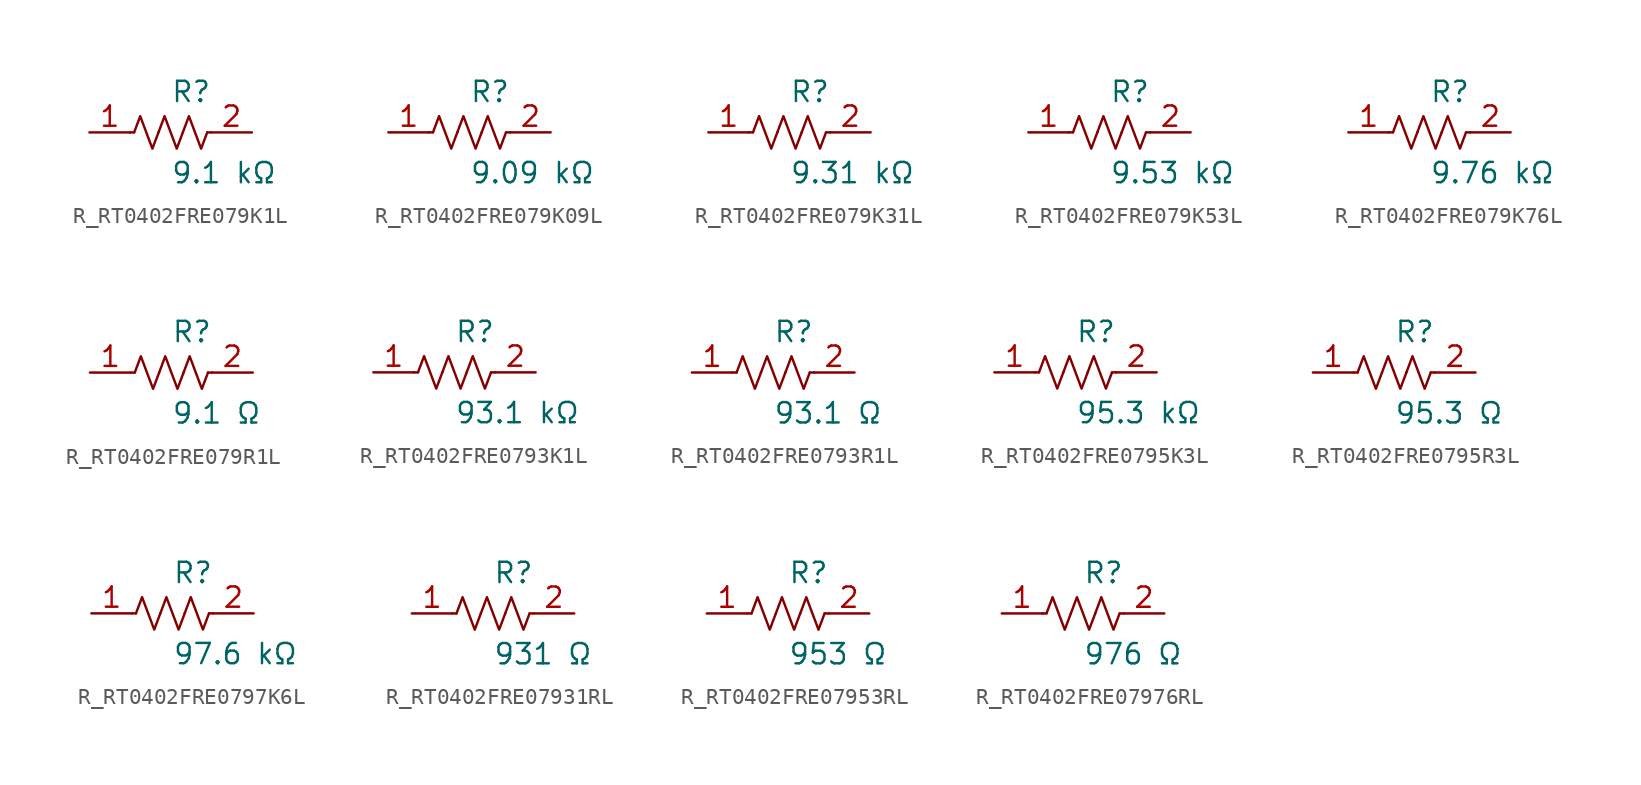
<source format=kicad_sym>
(kicad_symbol_lib
  (version 20231120)
  (generator kicad_symbol_editor)
  (generator_version 8.0)
  (symbol "R_RT0402FRE079K1L"
    (pin_names
      (offset 0.254))
    (property "Reference" "R"
      (at 0.0 2.54 0)
      (effects (font (size 1.27 1.27)) (justify left)))
    (property "Value" "9.1 kΩ"
      (at 0.0 -2.54 0)
      (effects (font (size 1.27 1.27)) (justify left)))
    (symbol "R_RT0402FRE079K1L_0_1"
      (polyline (pts (xy 2.286 0) (xy 2.54 0)) (stroke (width 0) (type default)) (fill (type none)))
      (polyline (pts (xy -2.286 0) (xy -2.54 0)) (stroke (width 0) (type default)) (fill (type none)))
      (polyline (pts (xy 0.762 0) (xy 1.143 1.016) (xy 1.524 0) (xy 1.905 -1.016) (xy 2.286 0)) (stroke (width 0) (type default)) (fill (type none)))
      (polyline (pts (xy -0.762 0) (xy -0.381 1.016) (xy 0 0) (xy 0.381 -1.016) (xy 0.762 0)) (stroke (width 0) (type default)) (fill (type none)))
      (polyline (pts (xy -2.286 0) (xy -1.905 1.016) (xy -1.524 0) (xy -1.143 -1.016) (xy -0.762 0)) (stroke (width 0) (type default)) (fill (type none))))
    (pin unspecified line
      (at -5.08 0 0)
      (length 2.54)
      (name "" (effects (font (size 1.27 1.27))))
      (number "1" (effects (font (size 1.27 1.27)))))
    (pin unspecified line
      (at 5.08 0 180)
      (length 2.54)
      (name "" (effects (font (size 1.27 1.27))))
      (number "2" (effects (font (size 1.27 1.27))))))
  (symbol "R_RT0402FRE079K09L"
    (pin_names
      (offset 0.254))
    (property "Reference" "R"
      (at 0.0 2.54 0)
      (effects (font (size 1.27 1.27)) (justify left)))
    (property "Value" "9.09 kΩ"
      (at 0.0 -2.54 0)
      (effects (font (size 1.27 1.27)) (justify left)))
    (symbol "R_RT0402FRE079K09L_0_1"
      (polyline (pts (xy 2.286 0) (xy 2.54 0)) (stroke (width 0) (type default)) (fill (type none)))
      (polyline (pts (xy -2.286 0) (xy -2.54 0)) (stroke (width 0) (type default)) (fill (type none)))
      (polyline (pts (xy 0.762 0) (xy 1.143 1.016) (xy 1.524 0) (xy 1.905 -1.016) (xy 2.286 0)) (stroke (width 0) (type default)) (fill (type none)))
      (polyline (pts (xy -0.762 0) (xy -0.381 1.016) (xy 0 0) (xy 0.381 -1.016) (xy 0.762 0)) (stroke (width 0) (type default)) (fill (type none)))
      (polyline (pts (xy -2.286 0) (xy -1.905 1.016) (xy -1.524 0) (xy -1.143 -1.016) (xy -0.762 0)) (stroke (width 0) (type default)) (fill (type none))))
    (pin unspecified line
      (at -5.08 0 0)
      (length 2.54)
      (name "" (effects (font (size 1.27 1.27))))
      (number "1" (effects (font (size 1.27 1.27)))))
    (pin unspecified line
      (at 5.08 0 180)
      (length 2.54)
      (name "" (effects (font (size 1.27 1.27))))
      (number "2" (effects (font (size 1.27 1.27))))))
  (symbol "R_RT0402FRE079K31L"
    (pin_names
      (offset 0.254))
    (property "Reference" "R"
      (at 0.0 2.54 0)
      (effects (font (size 1.27 1.27)) (justify left)))
    (property "Value" "9.31 kΩ"
      (at 0.0 -2.54 0)
      (effects (font (size 1.27 1.27)) (justify left)))
    (symbol "R_RT0402FRE079K31L_0_1"
      (polyline (pts (xy 2.286 0) (xy 2.54 0)) (stroke (width 0) (type default)) (fill (type none)))
      (polyline (pts (xy -2.286 0) (xy -2.54 0)) (stroke (width 0) (type default)) (fill (type none)))
      (polyline (pts (xy 0.762 0) (xy 1.143 1.016) (xy 1.524 0) (xy 1.905 -1.016) (xy 2.286 0)) (stroke (width 0) (type default)) (fill (type none)))
      (polyline (pts (xy -0.762 0) (xy -0.381 1.016) (xy 0 0) (xy 0.381 -1.016) (xy 0.762 0)) (stroke (width 0) (type default)) (fill (type none)))
      (polyline (pts (xy -2.286 0) (xy -1.905 1.016) (xy -1.524 0) (xy -1.143 -1.016) (xy -0.762 0)) (stroke (width 0) (type default)) (fill (type none))))
    (pin unspecified line
      (at -5.08 0 0)
      (length 2.54)
      (name "" (effects (font (size 1.27 1.27))))
      (number "1" (effects (font (size 1.27 1.27)))))
    (pin unspecified line
      (at 5.08 0 180)
      (length 2.54)
      (name "" (effects (font (size 1.27 1.27))))
      (number "2" (effects (font (size 1.27 1.27))))))
  (symbol "R_RT0402FRE079K53L"
    (pin_names
      (offset 0.254))
    (property "Reference" "R"
      (at 0.0 2.54 0)
      (effects (font (size 1.27 1.27)) (justify left)))
    (property "Value" "9.53 kΩ"
      (at 0.0 -2.54 0)
      (effects (font (size 1.27 1.27)) (justify left)))
    (symbol "R_RT0402FRE079K53L_0_1"
      (polyline (pts (xy 2.286 0) (xy 2.54 0)) (stroke (width 0) (type default)) (fill (type none)))
      (polyline (pts (xy -2.286 0) (xy -2.54 0)) (stroke (width 0) (type default)) (fill (type none)))
      (polyline (pts (xy 0.762 0) (xy 1.143 1.016) (xy 1.524 0) (xy 1.905 -1.016) (xy 2.286 0)) (stroke (width 0) (type default)) (fill (type none)))
      (polyline (pts (xy -0.762 0) (xy -0.381 1.016) (xy 0 0) (xy 0.381 -1.016) (xy 0.762 0)) (stroke (width 0) (type default)) (fill (type none)))
      (polyline (pts (xy -2.286 0) (xy -1.905 1.016) (xy -1.524 0) (xy -1.143 -1.016) (xy -0.762 0)) (stroke (width 0) (type default)) (fill (type none))))
    (pin unspecified line
      (at -5.08 0 0)
      (length 2.54)
      (name "" (effects (font (size 1.27 1.27))))
      (number "1" (effects (font (size 1.27 1.27)))))
    (pin unspecified line
      (at 5.08 0 180)
      (length 2.54)
      (name "" (effects (font (size 1.27 1.27))))
      (number "2" (effects (font (size 1.27 1.27))))))
  (symbol "R_RT0402FRE079K76L"
    (pin_names
      (offset 0.254))
    (property "Reference" "R"
      (at 0.0 2.54 0)
      (effects (font (size 1.27 1.27)) (justify left)))
    (property "Value" "9.76 kΩ"
      (at 0.0 -2.54 0)
      (effects (font (size 1.27 1.27)) (justify left)))
    (symbol "R_RT0402FRE079K76L_0_1"
      (polyline (pts (xy 2.286 0) (xy 2.54 0)) (stroke (width 0) (type default)) (fill (type none)))
      (polyline (pts (xy -2.286 0) (xy -2.54 0)) (stroke (width 0) (type default)) (fill (type none)))
      (polyline (pts (xy 0.762 0) (xy 1.143 1.016) (xy 1.524 0) (xy 1.905 -1.016) (xy 2.286 0)) (stroke (width 0) (type default)) (fill (type none)))
      (polyline (pts (xy -0.762 0) (xy -0.381 1.016) (xy 0 0) (xy 0.381 -1.016) (xy 0.762 0)) (stroke (width 0) (type default)) (fill (type none)))
      (polyline (pts (xy -2.286 0) (xy -1.905 1.016) (xy -1.524 0) (xy -1.143 -1.016) (xy -0.762 0)) (stroke (width 0) (type default)) (fill (type none))))
    (pin unspecified line
      (at -5.08 0 0)
      (length 2.54)
      (name "" (effects (font (size 1.27 1.27))))
      (number "1" (effects (font (size 1.27 1.27)))))
    (pin unspecified line
      (at 5.08 0 180)
      (length 2.54)
      (name "" (effects (font (size 1.27 1.27))))
      (number "2" (effects (font (size 1.27 1.27))))))
  (symbol "R_RT0402FRE079R1L"
    (pin_names
      (offset 0.254))
    (property "Reference" "R"
      (at 0.0 2.54 0)
      (effects (font (size 1.27 1.27)) (justify left)))
    (property "Value" "9.1 Ω"
      (at 0.0 -2.54 0)
      (effects (font (size 1.27 1.27)) (justify left)))
    (symbol "R_RT0402FRE079R1L_0_1"
      (polyline (pts (xy 2.286 0) (xy 2.54 0)) (stroke (width 0) (type default)) (fill (type none)))
      (polyline (pts (xy -2.286 0) (xy -2.54 0)) (stroke (width 0) (type default)) (fill (type none)))
      (polyline (pts (xy 0.762 0) (xy 1.143 1.016) (xy 1.524 0) (xy 1.905 -1.016) (xy 2.286 0)) (stroke (width 0) (type default)) (fill (type none)))
      (polyline (pts (xy -0.762 0) (xy -0.381 1.016) (xy 0 0) (xy 0.381 -1.016) (xy 0.762 0)) (stroke (width 0) (type default)) (fill (type none)))
      (polyline (pts (xy -2.286 0) (xy -1.905 1.016) (xy -1.524 0) (xy -1.143 -1.016) (xy -0.762 0)) (stroke (width 0) (type default)) (fill (type none))))
    (pin unspecified line
      (at -5.08 0 0)
      (length 2.54)
      (name "" (effects (font (size 1.27 1.27))))
      (number "1" (effects (font (size 1.27 1.27)))))
    (pin unspecified line
      (at 5.08 0 180)
      (length 2.54)
      (name "" (effects (font (size 1.27 1.27))))
      (number "2" (effects (font (size 1.27 1.27))))))
  (symbol "R_RT0402FRE0793K1L"
    (pin_names
      (offset 0.254))
    (property "Reference" "R"
      (at 0.0 2.54 0)
      (effects (font (size 1.27 1.27)) (justify left)))
    (property "Value" "93.1 kΩ"
      (at 0.0 -2.54 0)
      (effects (font (size 1.27 1.27)) (justify left)))
    (symbol "R_RT0402FRE0793K1L_0_1"
      (polyline (pts (xy 2.286 0) (xy 2.54 0)) (stroke (width 0) (type default)) (fill (type none)))
      (polyline (pts (xy -2.286 0) (xy -2.54 0)) (stroke (width 0) (type default)) (fill (type none)))
      (polyline (pts (xy 0.762 0) (xy 1.143 1.016) (xy 1.524 0) (xy 1.905 -1.016) (xy 2.286 0)) (stroke (width 0) (type default)) (fill (type none)))
      (polyline (pts (xy -0.762 0) (xy -0.381 1.016) (xy 0 0) (xy 0.381 -1.016) (xy 0.762 0)) (stroke (width 0) (type default)) (fill (type none)))
      (polyline (pts (xy -2.286 0) (xy -1.905 1.016) (xy -1.524 0) (xy -1.143 -1.016) (xy -0.762 0)) (stroke (width 0) (type default)) (fill (type none))))
    (pin unspecified line
      (at -5.08 0 0)
      (length 2.54)
      (name "" (effects (font (size 1.27 1.27))))
      (number "1" (effects (font (size 1.27 1.27)))))
    (pin unspecified line
      (at 5.08 0 180)
      (length 2.54)
      (name "" (effects (font (size 1.27 1.27))))
      (number "2" (effects (font (size 1.27 1.27))))))
  (symbol "R_RT0402FRE0793R1L"
    (pin_names
      (offset 0.254))
    (property "Reference" "R"
      (at 0.0 2.54 0)
      (effects (font (size 1.27 1.27)) (justify left)))
    (property "Value" "93.1 Ω"
      (at 0.0 -2.54 0)
      (effects (font (size 1.27 1.27)) (justify left)))
    (symbol "R_RT0402FRE0793R1L_0_1"
      (polyline (pts (xy 2.286 0) (xy 2.54 0)) (stroke (width 0) (type default)) (fill (type none)))
      (polyline (pts (xy -2.286 0) (xy -2.54 0)) (stroke (width 0) (type default)) (fill (type none)))
      (polyline (pts (xy 0.762 0) (xy 1.143 1.016) (xy 1.524 0) (xy 1.905 -1.016) (xy 2.286 0)) (stroke (width 0) (type default)) (fill (type none)))
      (polyline (pts (xy -0.762 0) (xy -0.381 1.016) (xy 0 0) (xy 0.381 -1.016) (xy 0.762 0)) (stroke (width 0) (type default)) (fill (type none)))
      (polyline (pts (xy -2.286 0) (xy -1.905 1.016) (xy -1.524 0) (xy -1.143 -1.016) (xy -0.762 0)) (stroke (width 0) (type default)) (fill (type none))))
    (pin unspecified line
      (at -5.08 0 0)
      (length 2.54)
      (name "" (effects (font (size 1.27 1.27))))
      (number "1" (effects (font (size 1.27 1.27)))))
    (pin unspecified line
      (at 5.08 0 180)
      (length 2.54)
      (name "" (effects (font (size 1.27 1.27))))
      (number "2" (effects (font (size 1.27 1.27))))))
  (symbol "R_RT0402FRE0795K3L"
    (pin_names
      (offset 0.254))
    (property "Reference" "R"
      (at 0.0 2.54 0)
      (effects (font (size 1.27 1.27)) (justify left)))
    (property "Value" "95.3 kΩ"
      (at 0.0 -2.54 0)
      (effects (font (size 1.27 1.27)) (justify left)))
    (symbol "R_RT0402FRE0795K3L_0_1"
      (polyline (pts (xy 2.286 0) (xy 2.54 0)) (stroke (width 0) (type default)) (fill (type none)))
      (polyline (pts (xy -2.286 0) (xy -2.54 0)) (stroke (width 0) (type default)) (fill (type none)))
      (polyline (pts (xy 0.762 0) (xy 1.143 1.016) (xy 1.524 0) (xy 1.905 -1.016) (xy 2.286 0)) (stroke (width 0) (type default)) (fill (type none)))
      (polyline (pts (xy -0.762 0) (xy -0.381 1.016) (xy 0 0) (xy 0.381 -1.016) (xy 0.762 0)) (stroke (width 0) (type default)) (fill (type none)))
      (polyline (pts (xy -2.286 0) (xy -1.905 1.016) (xy -1.524 0) (xy -1.143 -1.016) (xy -0.762 0)) (stroke (width 0) (type default)) (fill (type none))))
    (pin unspecified line
      (at -5.08 0 0)
      (length 2.54)
      (name "" (effects (font (size 1.27 1.27))))
      (number "1" (effects (font (size 1.27 1.27)))))
    (pin unspecified line
      (at 5.08 0 180)
      (length 2.54)
      (name "" (effects (font (size 1.27 1.27))))
      (number "2" (effects (font (size 1.27 1.27))))))
  (symbol "R_RT0402FRE0795R3L"
    (pin_names
      (offset 0.254))
    (property "Reference" "R"
      (at 0.0 2.54 0)
      (effects (font (size 1.27 1.27)) (justify left)))
    (property "Value" "95.3 Ω"
      (at 0.0 -2.54 0)
      (effects (font (size 1.27 1.27)) (justify left)))
    (symbol "R_RT0402FRE0795R3L_0_1"
      (polyline (pts (xy 2.286 0) (xy 2.54 0)) (stroke (width 0) (type default)) (fill (type none)))
      (polyline (pts (xy -2.286 0) (xy -2.54 0)) (stroke (width 0) (type default)) (fill (type none)))
      (polyline (pts (xy 0.762 0) (xy 1.143 1.016) (xy 1.524 0) (xy 1.905 -1.016) (xy 2.286 0)) (stroke (width 0) (type default)) (fill (type none)))
      (polyline (pts (xy -0.762 0) (xy -0.381 1.016) (xy 0 0) (xy 0.381 -1.016) (xy 0.762 0)) (stroke (width 0) (type default)) (fill (type none)))
      (polyline (pts (xy -2.286 0) (xy -1.905 1.016) (xy -1.524 0) (xy -1.143 -1.016) (xy -0.762 0)) (stroke (width 0) (type default)) (fill (type none))))
    (pin unspecified line
      (at -5.08 0 0)
      (length 2.54)
      (name "" (effects (font (size 1.27 1.27))))
      (number "1" (effects (font (size 1.27 1.27)))))
    (pin unspecified line
      (at 5.08 0 180)
      (length 2.54)
      (name "" (effects (font (size 1.27 1.27))))
      (number "2" (effects (font (size 1.27 1.27))))))
  (symbol "R_RT0402FRE0797K6L"
    (pin_names
      (offset 0.254))
    (property "Reference" "R"
      (at 0.0 2.54 0)
      (effects (font (size 1.27 1.27)) (justify left)))
    (property "Value" "97.6 kΩ"
      (at 0.0 -2.54 0)
      (effects (font (size 1.27 1.27)) (justify left)))
    (symbol "R_RT0402FRE0797K6L_0_1"
      (polyline (pts (xy 2.286 0) (xy 2.54 0)) (stroke (width 0) (type default)) (fill (type none)))
      (polyline (pts (xy -2.286 0) (xy -2.54 0)) (stroke (width 0) (type default)) (fill (type none)))
      (polyline (pts (xy 0.762 0) (xy 1.143 1.016) (xy 1.524 0) (xy 1.905 -1.016) (xy 2.286 0)) (stroke (width 0) (type default)) (fill (type none)))
      (polyline (pts (xy -0.762 0) (xy -0.381 1.016) (xy 0 0) (xy 0.381 -1.016) (xy 0.762 0)) (stroke (width 0) (type default)) (fill (type none)))
      (polyline (pts (xy -2.286 0) (xy -1.905 1.016) (xy -1.524 0) (xy -1.143 -1.016) (xy -0.762 0)) (stroke (width 0) (type default)) (fill (type none))))
    (pin unspecified line
      (at -5.08 0 0)
      (length 2.54)
      (name "" (effects (font (size 1.27 1.27))))
      (number "1" (effects (font (size 1.27 1.27)))))
    (pin unspecified line
      (at 5.08 0 180)
      (length 2.54)
      (name "" (effects (font (size 1.27 1.27))))
      (number "2" (effects (font (size 1.27 1.27))))))
  (symbol "R_RT0402FRE07931RL"
    (pin_names
      (offset 0.254))
    (property "Reference" "R"
      (at 0.0 2.54 0)
      (effects (font (size 1.27 1.27)) (justify left)))
    (property "Value" "931 Ω"
      (at 0.0 -2.54 0)
      (effects (font (size 1.27 1.27)) (justify left)))
    (symbol "R_RT0402FRE07931RL_0_1"
      (polyline (pts (xy 2.286 0) (xy 2.54 0)) (stroke (width 0) (type default)) (fill (type none)))
      (polyline (pts (xy -2.286 0) (xy -2.54 0)) (stroke (width 0) (type default)) (fill (type none)))
      (polyline (pts (xy 0.762 0) (xy 1.143 1.016) (xy 1.524 0) (xy 1.905 -1.016) (xy 2.286 0)) (stroke (width 0) (type default)) (fill (type none)))
      (polyline (pts (xy -0.762 0) (xy -0.381 1.016) (xy 0 0) (xy 0.381 -1.016) (xy 0.762 0)) (stroke (width 0) (type default)) (fill (type none)))
      (polyline (pts (xy -2.286 0) (xy -1.905 1.016) (xy -1.524 0) (xy -1.143 -1.016) (xy -0.762 0)) (stroke (width 0) (type default)) (fill (type none))))
    (pin unspecified line
      (at -5.08 0 0)
      (length 2.54)
      (name "" (effects (font (size 1.27 1.27))))
      (number "1" (effects (font (size 1.27 1.27)))))
    (pin unspecified line
      (at 5.08 0 180)
      (length 2.54)
      (name "" (effects (font (size 1.27 1.27))))
      (number "2" (effects (font (size 1.27 1.27))))))
  (symbol "R_RT0402FRE07953RL"
    (pin_names
      (offset 0.254))
    (property "Reference" "R"
      (at 0.0 2.54 0)
      (effects (font (size 1.27 1.27)) (justify left)))
    (property "Value" "953 Ω"
      (at 0.0 -2.54 0)
      (effects (font (size 1.27 1.27)) (justify left)))
    (symbol "R_RT0402FRE07953RL_0_1"
      (polyline (pts (xy 2.286 0) (xy 2.54 0)) (stroke (width 0) (type default)) (fill (type none)))
      (polyline (pts (xy -2.286 0) (xy -2.54 0)) (stroke (width 0) (type default)) (fill (type none)))
      (polyline (pts (xy 0.762 0) (xy 1.143 1.016) (xy 1.524 0) (xy 1.905 -1.016) (xy 2.286 0)) (stroke (width 0) (type default)) (fill (type none)))
      (polyline (pts (xy -0.762 0) (xy -0.381 1.016) (xy 0 0) (xy 0.381 -1.016) (xy 0.762 0)) (stroke (width 0) (type default)) (fill (type none)))
      (polyline (pts (xy -2.286 0) (xy -1.905 1.016) (xy -1.524 0) (xy -1.143 -1.016) (xy -0.762 0)) (stroke (width 0) (type default)) (fill (type none))))
    (pin unspecified line
      (at -5.08 0 0)
      (length 2.54)
      (name "" (effects (font (size 1.27 1.27))))
      (number "1" (effects (font (size 1.27 1.27)))))
    (pin unspecified line
      (at 5.08 0 180)
      (length 2.54)
      (name "" (effects (font (size 1.27 1.27))))
      (number "2" (effects (font (size 1.27 1.27))))))
  (symbol "R_RT0402FRE07976RL"
    (pin_names
      (offset 0.254))
    (property "Reference" "R"
      (at 0.0 2.54 0)
      (effects (font (size 1.27 1.27)) (justify left)))
    (property "Value" "976 Ω"
      (at 0.0 -2.54 0)
      (effects (font (size 1.27 1.27)) (justify left)))
    (symbol "R_RT0402FRE07976RL_0_1"
      (polyline (pts (xy 2.286 0) (xy 2.54 0)) (stroke (width 0) (type default)) (fill (type none)))
      (polyline (pts (xy -2.286 0) (xy -2.54 0)) (stroke (width 0) (type default)) (fill (type none)))
      (polyline (pts (xy 0.762 0) (xy 1.143 1.016) (xy 1.524 0) (xy 1.905 -1.016) (xy 2.286 0)) (stroke (width 0) (type default)) (fill (type none)))
      (polyline (pts (xy -0.762 0) (xy -0.381 1.016) (xy 0 0) (xy 0.381 -1.016) (xy 0.762 0)) (stroke (width 0) (type default)) (fill (type none)))
      (polyline (pts (xy -2.286 0) (xy -1.905 1.016) (xy -1.524 0) (xy -1.143 -1.016) (xy -0.762 0)) (stroke (width 0) (type default)) (fill (type none))))
    (pin unspecified line
      (at -5.08 0 0)
      (length 2.54)
      (name "" (effects (font (size 1.27 1.27))))
      (number "1" (effects (font (size 1.27 1.27)))))
    (pin unspecified line
      (at 5.08 0 180)
      (length 2.54)
      (name "" (effects (font (size 1.27 1.27))))
      (number "2" (effects (font (size 1.27 1.27)))))))
</source>
